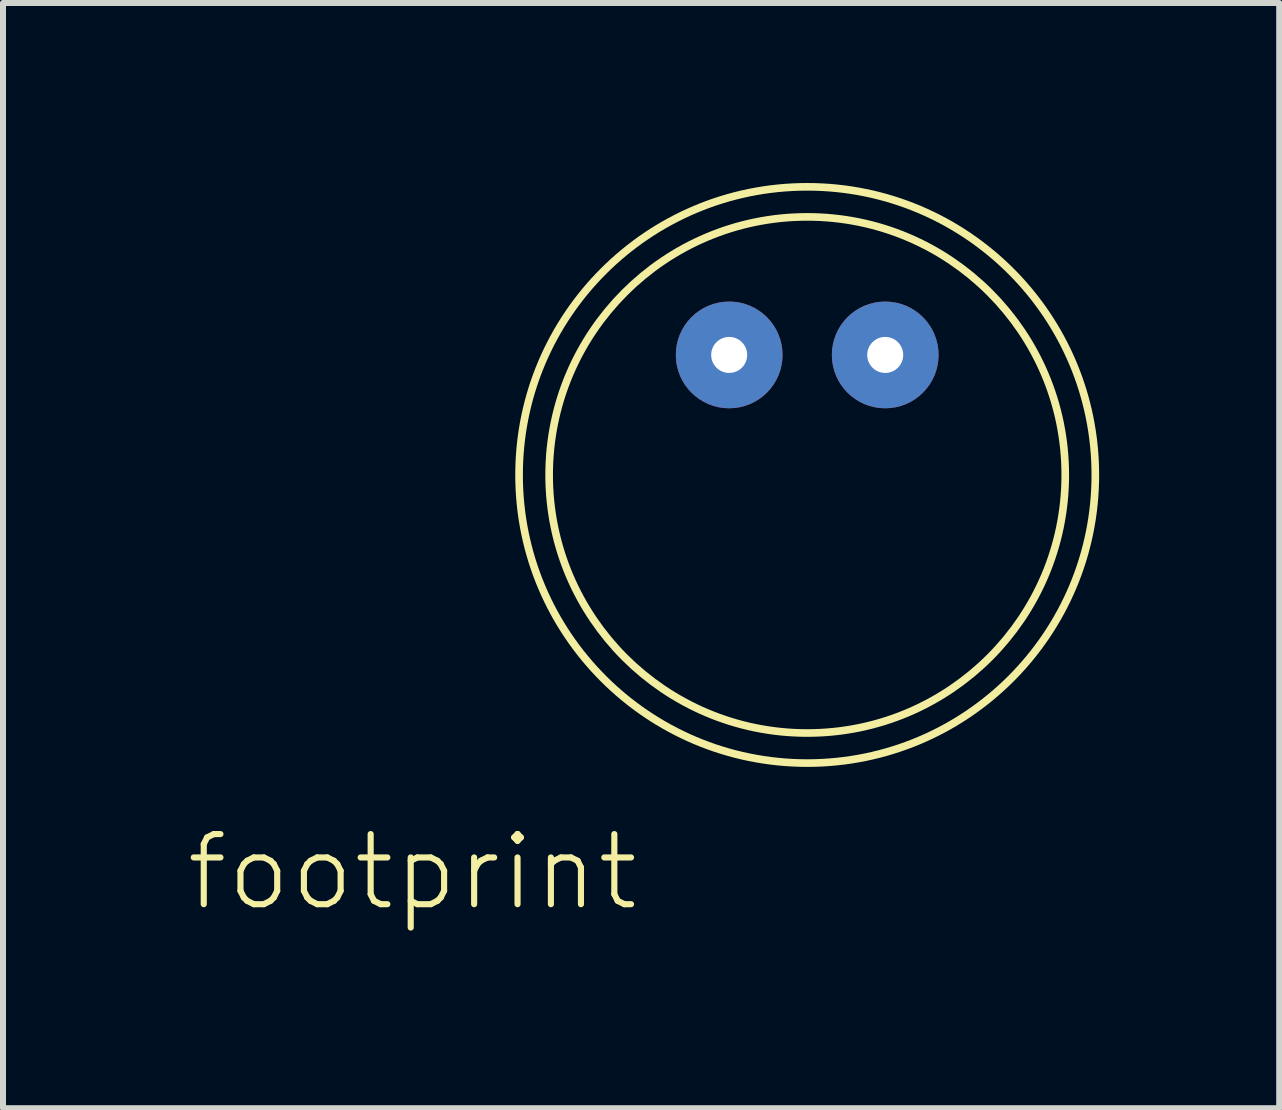
<source format=kicad_pcb>
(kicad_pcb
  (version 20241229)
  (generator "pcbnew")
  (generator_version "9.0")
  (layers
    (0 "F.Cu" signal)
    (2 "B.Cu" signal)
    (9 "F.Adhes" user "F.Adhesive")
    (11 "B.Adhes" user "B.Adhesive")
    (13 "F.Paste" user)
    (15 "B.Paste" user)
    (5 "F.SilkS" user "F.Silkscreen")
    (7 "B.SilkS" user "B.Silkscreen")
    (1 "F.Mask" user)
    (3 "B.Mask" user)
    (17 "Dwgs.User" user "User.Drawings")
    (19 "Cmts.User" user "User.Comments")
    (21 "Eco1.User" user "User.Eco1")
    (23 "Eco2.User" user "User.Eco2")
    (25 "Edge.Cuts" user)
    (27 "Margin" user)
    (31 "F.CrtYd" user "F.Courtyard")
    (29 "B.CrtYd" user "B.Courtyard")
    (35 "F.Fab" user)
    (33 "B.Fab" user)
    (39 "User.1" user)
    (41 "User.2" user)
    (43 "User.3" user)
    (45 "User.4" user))
  (footprint "footprint"
    (layer "F.Cu")
    (at 10.4 4.864)
    (property "Reference" "footprint" (at -10.4 7.3 0) (layer "F.SilkS") (effects (font (size 1.168 1.168) (thickness 0.102)) (justify left bottom)))
    (fp_circle (center 0 0) (end 4.3 0) (stroke (width 0.127) (type solid)) (fill no) (layer "F.SilkS"))
    (fp_circle (center 0 0) (end 4.801 0) (stroke (width 0.127) (type solid)) (fill no) (layer "F.SilkS"))
    (pad "+" thru_hole circle (at 1.3 -2) (size 1.778 1.778) (drill 0.6) (layers "*.Cu" "*.Mask"))
    (pad "-" thru_hole circle (at -1.3 -2) (size 1.778 1.778) (drill 0.6) (layers "*.Cu" "*.Mask")))
  (gr_rect
    (start -3 -3)
    (end 18.265 15.415)
    (stroke (width 0.1) (type default))
    (fill no)
    (layer "Edge.Cuts")))
</source>
